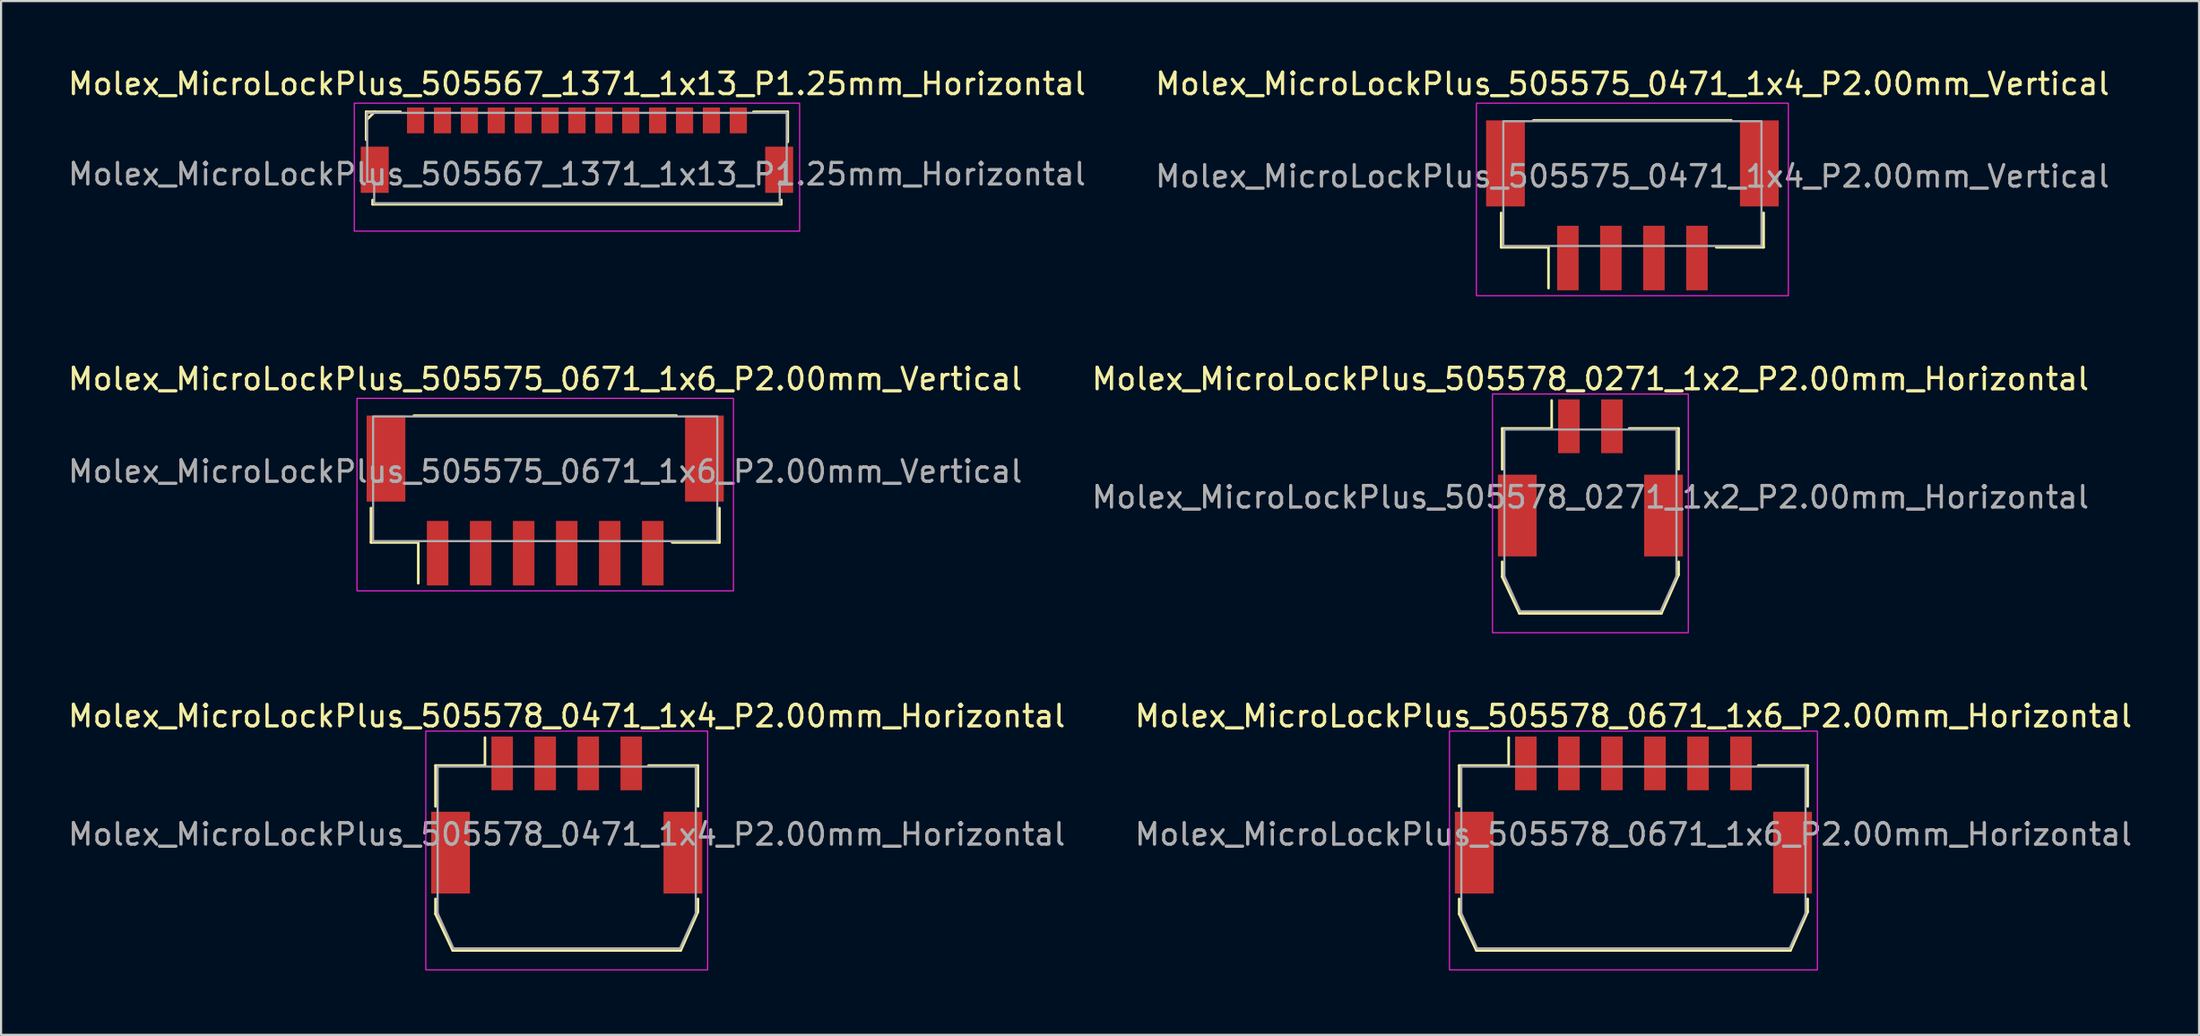
<source format=kicad_pcb>
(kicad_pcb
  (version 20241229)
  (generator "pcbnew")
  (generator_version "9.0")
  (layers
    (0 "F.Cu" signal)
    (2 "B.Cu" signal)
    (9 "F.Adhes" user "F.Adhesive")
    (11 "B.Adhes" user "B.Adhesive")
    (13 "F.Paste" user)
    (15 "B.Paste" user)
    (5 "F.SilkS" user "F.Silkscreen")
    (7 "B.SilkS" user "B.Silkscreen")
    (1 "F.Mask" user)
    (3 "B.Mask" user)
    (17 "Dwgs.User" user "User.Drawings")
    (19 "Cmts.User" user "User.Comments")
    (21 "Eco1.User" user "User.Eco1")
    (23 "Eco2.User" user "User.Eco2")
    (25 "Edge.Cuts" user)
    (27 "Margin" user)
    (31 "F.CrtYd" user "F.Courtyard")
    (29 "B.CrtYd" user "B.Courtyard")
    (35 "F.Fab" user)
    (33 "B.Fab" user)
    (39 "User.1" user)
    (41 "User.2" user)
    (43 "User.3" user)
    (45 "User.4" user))
  (footprint "Molex_MicroLockPlus_505578_0671_1x6_P2.00mm_Horizontal"
    (layer "F.Cu")
    (at 72.875 34.445)
    (property "Reference" "Molex_MicroLockPlus_505578_0671_1x6_P2.00mm_Horizontal" (at 0 -4.2 0) (unlocked yes) (layer "F.SilkS") (effects (font (size 1 1) (thickness 0.15))))
    (attr smd)
    (fp_line (start -8.1 -1.9) (end -8.1 0) (stroke (width 0.12) (type default)) (layer "F.SilkS"))
    (fp_line (start -8.1 4.3) (end -8.1 5) (stroke (width 0.12) (type default)) (layer "F.SilkS"))
    (fp_line (start -8.1 5) (end -7.3 6.7) (stroke (width 0.12) (type default)) (layer "F.SilkS"))
    (fp_line (start -7.3 6.7) (end 7.3 6.7) (stroke (width 0.12) (type default)) (layer "F.SilkS"))
    (fp_line (start -5.8 -3.2) (end -5.8 -1.9) (stroke (width 0.12) (type default)) (layer "F.SilkS"))
    (fp_line (start -5.8 -1.9) (end -8.1 -1.9) (stroke (width 0.12) (type default)) (layer "F.SilkS"))
    (fp_line (start 5.8 -1.9) (end 8.1 -1.9) (stroke (width 0.12) (type default)) (layer "F.SilkS"))
    (fp_line (start 7.3 6.7) (end 8.1 4.9) (stroke (width 0.12) (type default)) (layer "F.SilkS"))
    (fp_line (start 8.1 -1.9) (end 8.1 0) (stroke (width 0.12) (type default)) (layer "F.SilkS"))
    (fp_line (start 8.1 4.9) (end 8.1 4.3) (stroke (width 0.12) (type default)) (layer "F.SilkS"))
    (fp_rect (start -8.55 -3.5) (end 8.55 7.6) (stroke (width 0.05) (type default)) (fill no) (layer "F.CrtYd"))
    (fp_line (start -8 -1.85) (end -8 4.97) (stroke (width 0.1) (type default)) (layer "F.Fab"))
    (fp_line (start -8 -1.85) (end 8 -1.85) (stroke (width 0.1) (type default)) (layer "F.Fab"))
    (fp_line (start -8 4.97) (end -7.265 6.6) (stroke (width 0.1) (type default)) (layer "F.Fab"))
    (fp_line (start 7.265 6.6) (end -7.265 6.6) (stroke (width 0.1) (type default)) (layer "F.Fab"))
    (fp_line (start 8 -1.85) (end 8 4.97) (stroke (width 0.1) (type default)) (layer "F.Fab"))
    (fp_line (start 8 4.97) (end 7.265 6.6) (stroke (width 0.1) (type default)) (layer "F.Fab"))
    (fp_text user "${REFERENCE}" (at 0 1.3 0) (unlocked yes) (layer "F.Fab") (effects (font (size 1 1) (thickness 0.15))))
    (pad "1" smd rect (at -5 -2) (size 1 2.5) (layers "F.Cu" "F.Mask" "F.Paste"))
    (pad "2" smd rect (at -3 -2) (size 1 2.5) (layers "F.Cu" "F.Mask" "F.Paste"))
    (pad "3" smd rect (at -1 -2) (size 1 2.5) (layers "F.Cu" "F.Mask" "F.Paste"))
    (pad "4" smd rect (at 1 -2) (size 1 2.5) (layers "F.Cu" "F.Mask" "F.Paste"))
    (pad "5" smd rect (at 3 -2) (size 1 2.5) (layers "F.Cu" "F.Mask" "F.Paste"))
    (pad "6" smd rect (at 5 -2) (size 1 2.5) (layers "F.Cu" "F.Mask" "F.Paste"))
    (pad "MP" smd rect (at -7.4 2.15) (size 1.8 3.8) (layers "F.Cu" "F.Mask" "F.Paste"))
    (pad "MP" smd rect (at 7.4 2.15) (size 1.8 3.8) (layers "F.Cu" "F.Mask" "F.Paste")))
  (footprint "Molex_MicroLockPlus_505578_0271_1x2_P2.00mm_Horizontal"
    (layer "F.Cu")
    (at 70.875 18.771)
    (property "Reference" "Molex_MicroLockPlus_505578_0271_1x2_P2.00mm_Horizontal" (at 0 -4.2 0) (unlocked yes) (layer "F.SilkS") (effects (font (size 1 1) (thickness 0.15))))
    (attr smd)
    (fp_line (start -4.1 -1.9) (end -4.1 0) (stroke (width 0.12) (type default)) (layer "F.SilkS"))
    (fp_line (start -4.1 4.3) (end -4.1 5) (stroke (width 0.12) (type default)) (layer "F.SilkS"))
    (fp_line (start -4.1 5) (end -3.3 6.7) (stroke (width 0.12) (type default)) (layer "F.SilkS"))
    (fp_line (start -3.3 6.7) (end 3.3 6.7) (stroke (width 0.12) (type default)) (layer "F.SilkS"))
    (fp_line (start -1.8 -3.2) (end -1.8 -1.9) (stroke (width 0.12) (type default)) (layer "F.SilkS"))
    (fp_line (start -1.8 -1.9) (end -4.1 -1.9) (stroke (width 0.12) (type default)) (layer "F.SilkS"))
    (fp_line (start 1.8 -1.9) (end 4.1 -1.9) (stroke (width 0.12) (type default)) (layer "F.SilkS"))
    (fp_line (start 3.3 6.7) (end 4.1 4.9) (stroke (width 0.12) (type default)) (layer "F.SilkS"))
    (fp_line (start 4.1 -1.9) (end 4.1 0) (stroke (width 0.12) (type default)) (layer "F.SilkS"))
    (fp_line (start 4.1 4.9) (end 4.1 4.3) (stroke (width 0.12) (type default)) (layer "F.SilkS"))
    (fp_rect (start -4.55 -3.5) (end 4.55 7.6) (stroke (width 0.05) (type default)) (fill no) (layer "F.CrtYd"))
    (fp_line (start -4 -1.85) (end -4 4.97) (stroke (width 0.1) (type default)) (layer "F.Fab"))
    (fp_line (start -4 -1.85) (end 4 -1.85) (stroke (width 0.1) (type default)) (layer "F.Fab"))
    (fp_line (start -4 4.97) (end -3.265 6.6) (stroke (width 0.1) (type default)) (layer "F.Fab"))
    (fp_line (start 3.265 6.6) (end -3.265 6.6) (stroke (width 0.1) (type default)) (layer "F.Fab"))
    (fp_line (start 4 -1.85) (end 4 4.97) (stroke (width 0.1) (type default)) (layer "F.Fab"))
    (fp_line (start 4 4.97) (end 3.265 6.6) (stroke (width 0.1) (type default)) (layer "F.Fab"))
    (fp_text user "${REFERENCE}" (at 0 1.3 0) (unlocked yes) (layer "F.Fab") (effects (font (size 1 1) (thickness 0.15))))
    (pad "1" smd rect (at -1 -2) (size 1 2.5) (layers "F.Cu" "F.Mask" "F.Paste"))
    (pad "2" smd rect (at 1 -2) (size 1 2.5) (layers "F.Cu" "F.Mask" "F.Paste"))
    (pad "MP" smd rect (at -3.4 2.15) (size 1.8 3.8) (layers "F.Cu" "F.Mask" "F.Paste"))
    (pad "MP" smd rect (at 3.4 2.15) (size 1.8 3.8) (layers "F.Cu" "F.Mask" "F.Paste")))
  (footprint "Molex_MicroLockPlus_505567_1371_1x13_P1.25mm_Horizontal"
    (layer "F.Cu")
    (at 23.768 5.048)
    (property "Reference" "Molex_MicroLockPlus_505567_1371_1x13_P1.25mm_Horizontal" (at 0 -4.2 0) (unlocked yes) (layer "F.SilkS") (effects (font (size 1 1) (thickness 0.15))))
    (attr smd)
    (fp_line (start -9.8 -2.9) (end -8.2 -2.9) (stroke (width 0.12) (type default)) (layer "F.SilkS"))
    (fp_line (start -9.8 -2.5) (end -9.4 -2.9) (stroke (width 0.12) (type default)) (layer "F.SilkS"))
    (fp_line (start -9.8 -1.6) (end -9.8 -2.9) (stroke (width 0.12) (type default)) (layer "F.SilkS"))
    (fp_line (start -9.5 1.2) (end -9.5 1.4) (stroke (width 0.12) (type default)) (layer "F.SilkS"))
    (fp_line (start -9.5 1.4) (end 9.5 1.4) (stroke (width 0.12) (type default)) (layer "F.SilkS"))
    (fp_line (start 9.5 1.4) (end 9.5 1.2) (stroke (width 0.12) (type default)) (layer "F.SilkS"))
    (fp_line (start 9.8 -2.9) (end 8.2 -2.9) (stroke (width 0.12) (type default)) (layer "F.SilkS"))
    (fp_line (start 9.8 -1.5) (end 9.8 -2.9) (stroke (width 0.12) (type default)) (layer "F.SilkS"))
    (fp_rect (start -10.35 -3.3) (end 10.35 2.65) (stroke (width 0.05) (type default)) (fill no) (layer "F.CrtYd"))
    (fp_line (start -9.75 -2.85) (end -9.75 0.35) (stroke (width 0.1) (type default)) (layer "F.Fab"))
    (fp_line (start -9.75 -2.85) (end 9.75 -2.85) (stroke (width 0.1) (type default)) (layer "F.Fab"))
    (fp_line (start -9.425 0.35) (end -9.75 0.35) (stroke (width 0.1) (type default)) (layer "F.Fab"))
    (fp_line (start -9.425 1.35) (end -9.425 0.35) (stroke (width 0.1) (type default)) (layer "F.Fab"))
    (fp_line (start -9.425 1.35) (end 9.425 1.35) (stroke (width 0.1) (type default)) (layer "F.Fab"))
    (fp_line (start 9.425 0.35) (end 9.75 0.35) (stroke (width 0.1) (type default)) (layer "F.Fab"))
    (fp_line (start 9.425 1.35) (end 9.425 0.35) (stroke (width 0.1) (type default)) (layer "F.Fab"))
    (fp_line (start 9.75 -2.85) (end 9.75 0.35) (stroke (width 0.1) (type default)) (layer "F.Fab"))
    (fp_text user "${REFERENCE}" (at 0 0 0) (unlocked yes) (layer "F.Fab") (effects (font (size 1 1) (thickness 0.15))))
    (pad "1" smd rect (at -7.5 -2.5) (size 0.8 1.2) (layers "F.Cu" "F.Mask" "F.Paste"))
    (pad "2" smd rect (at -6.25 -2.5) (size 0.8 1.2) (layers "F.Cu" "F.Mask" "F.Paste"))
    (pad "3" smd rect (at -5 -2.5) (size 0.8 1.2) (layers "F.Cu" "F.Mask" "F.Paste"))
    (pad "4" smd rect (at -3.75 -2.5) (size 0.8 1.2) (layers "F.Cu" "F.Mask" "F.Paste"))
    (pad "5" smd rect (at -2.5 -2.5) (size 0.8 1.2) (layers "F.Cu" "F.Mask" "F.Paste"))
    (pad "6" smd rect (at -1.25 -2.5) (size 0.8 1.2) (layers "F.Cu" "F.Mask" "F.Paste"))
    (pad "7" smd rect (at 0 -2.5) (size 0.8 1.2) (layers "F.Cu" "F.Mask" "F.Paste"))
    (pad "8" smd rect (at 1.25 -2.5) (size 0.8 1.2) (layers "F.Cu" "F.Mask" "F.Paste"))
    (pad "9" smd rect (at 2.5 -2.5) (size 0.8 1.2) (layers "F.Cu" "F.Mask" "F.Paste"))
    (pad "10" smd rect (at 3.75 -2.5) (size 0.8 1.2) (layers "F.Cu" "F.Mask" "F.Paste"))
    (pad "11" smd rect (at 5 -2.5) (size 0.8 1.2) (layers "F.Cu" "F.Mask" "F.Paste"))
    (pad "12" smd rect (at 6.25 -2.5) (size 0.8 1.2) (layers "F.Cu" "F.Mask" "F.Paste"))
    (pad "13" smd rect (at 7.5 -2.5) (size 0.8 1.2) (layers "F.Cu" "F.Mask" "F.Paste"))
    (pad "MP" smd rect (at -9.4 -0.205) (size 1.3 2.15) (layers "F.Cu" "F.Mask" "F.Paste"))
    (pad "MP" smd rect (at 9.4 -0.205) (size 1.3 2.15) (layers "F.Cu" "F.Mask" "F.Paste")))
  (footprint "Molex_MicroLockPlus_505575_0471_1x4_P2.00mm_Vertical"
    (layer "F.Cu")
    (at 72.827 8.948)
    (property "Reference" "Molex_MicroLockPlus_505575_0471_1x4_P2.00mm_Vertical" (at 0 -8.1 0) (unlocked yes) (layer "F.SilkS") (effects (font (size 1 1) (thickness 0.15))))
    (attr smd)
    (fp_line (start -6.1 -2.1) (end -6.1 -0.5) (stroke (width 0.12) (type default)) (layer "F.SilkS"))
    (fp_line (start -6.1 -0.5) (end -3.9 -0.5) (stroke (width 0.12) (type default)) (layer "F.SilkS"))
    (fp_line (start -4.6 -6.4) (end 4.6 -6.4) (stroke (width 0.12) (type default)) (layer "F.SilkS"))
    (fp_line (start -3.9 -0.5) (end -3.9 1.4) (stroke (width 0.12) (type default)) (layer "F.SilkS"))
    (fp_line (start 6.1 -2.1) (end 6.1 -0.5) (stroke (width 0.12) (type default)) (layer "F.SilkS"))
    (fp_line (start 6.1 -0.5) (end 3.9 -0.5) (stroke (width 0.12) (type default)) (layer "F.SilkS"))
    (fp_rect (start -7.25 -7.2) (end 7.25 1.75) (stroke (width 0.05) (type default)) (fill no) (layer "F.CrtYd"))
    (fp_rect (start -6 -0.56) (end 6 -6.36) (stroke (width 0.1) (type default)) (fill no) (layer "F.Fab"))
    (fp_text user "${REFERENCE}" (at 0 -3.8 0) (unlocked yes) (layer "F.Fab") (effects (font (size 1 1) (thickness 0.15))))
    (pad "1" smd rect (at -3 0) (size 1 3) (layers "F.Cu" "F.Mask" "F.Paste"))
    (pad "2" smd rect (at -1 0) (size 1 3) (layers "F.Cu" "F.Mask" "F.Paste"))
    (pad "3" smd rect (at 1 0) (size 1 3) (layers "F.Cu" "F.Mask" "F.Paste"))
    (pad "4" smd rect (at 3 0) (size 1 3) (layers "F.Cu" "F.Mask" "F.Paste"))
    (pad "MP" smd rect (at -5.9 -4.4) (size 1.8 4) (layers "F.Cu" "F.Mask" "F.Paste"))
    (pad "MP" smd rect (at 5.9 -4.4) (size 1.8 4) (layers "F.Cu" "F.Mask" "F.Paste")))
  (footprint "Molex_MicroLockPlus_505575_0671_1x6_P2.00mm_Vertical"
    (layer "F.Cu")
    (at 22.292 22.672)
    (property "Reference" "Molex_MicroLockPlus_505575_0671_1x6_P2.00mm_Vertical" (at 0 -8.1 0) (unlocked yes) (layer "F.SilkS") (effects (font (size 1 1) (thickness 0.15))))
    (attr smd)
    (fp_line (start -8.1 -2.1) (end -8.1 -0.5) (stroke (width 0.12) (type default)) (layer "F.SilkS"))
    (fp_line (start -8.1 -0.5) (end -5.9 -0.5) (stroke (width 0.12) (type default)) (layer "F.SilkS"))
    (fp_line (start -6.1 -6.4) (end 6.1 -6.4) (stroke (width 0.12) (type default)) (layer "F.SilkS"))
    (fp_line (start -5.9 -0.5) (end -5.9 1.4) (stroke (width 0.12) (type default)) (layer "F.SilkS"))
    (fp_line (start 8.1 -2.1) (end 8.1 -0.5) (stroke (width 0.12) (type default)) (layer "F.SilkS"))
    (fp_line (start 8.1 -0.5) (end 5.9 -0.5) (stroke (width 0.12) (type default)) (layer "F.SilkS"))
    (fp_rect (start -8.75 -7.2) (end 8.75 1.75) (stroke (width 0.05) (type default)) (fill no) (layer "F.CrtYd"))
    (fp_rect (start -8 -0.56) (end 8 -6.36) (stroke (width 0.1) (type default)) (fill no) (layer "F.Fab"))
    (fp_text user "${REFERENCE}" (at 0 -3.8 0) (unlocked yes) (layer "F.Fab") (effects (font (size 1 1) (thickness 0.15))))
    (pad "1" smd rect (at -5 0) (size 1 3) (layers "F.Cu" "F.Mask" "F.Paste"))
    (pad "2" smd rect (at -3 0) (size 1 3) (layers "F.Cu" "F.Mask" "F.Paste"))
    (pad "3" smd rect (at -1 0) (size 1 3) (layers "F.Cu" "F.Mask" "F.Paste"))
    (pad "4" smd rect (at 1 0) (size 1 3) (layers "F.Cu" "F.Mask" "F.Paste"))
    (pad "5" smd rect (at 3 0) (size 1 3) (layers "F.Cu" "F.Mask" "F.Paste"))
    (pad "6" smd rect (at 5 0) (size 1 3) (layers "F.Cu" "F.Mask" "F.Paste"))
    (pad "MP" smd rect (at -7.4 -4.4) (size 1.8 4) (layers "F.Cu" "F.Mask" "F.Paste"))
    (pad "MP" smd rect (at 7.4 -4.4) (size 1.8 4) (layers "F.Cu" "F.Mask" "F.Paste")))
  (footprint "Molex_MicroLockPlus_505578_0471_1x4_P2.00mm_Horizontal"
    (layer "F.Cu")
    (at 23.292 34.445)
    (property "Reference" "Molex_MicroLockPlus_505578_0471_1x4_P2.00mm_Horizontal" (at 0 -4.2 0) (unlocked yes) (layer "F.SilkS") (effects (font (size 1 1) (thickness 0.15))))
    (attr smd)
    (fp_line (start -6.1 -1.9) (end -6.1 0) (stroke (width 0.12) (type default)) (layer "F.SilkS"))
    (fp_line (start -6.1 4.3) (end -6.1 5) (stroke (width 0.12) (type default)) (layer "F.SilkS"))
    (fp_line (start -6.1 5) (end -5.3 6.7) (stroke (width 0.12) (type default)) (layer "F.SilkS"))
    (fp_line (start -5.3 6.7) (end 5.3 6.7) (stroke (width 0.12) (type default)) (layer "F.SilkS"))
    (fp_line (start -3.8 -3.2) (end -3.8 -1.9) (stroke (width 0.12) (type default)) (layer "F.SilkS"))
    (fp_line (start -3.8 -1.9) (end -6.1 -1.9) (stroke (width 0.12) (type default)) (layer "F.SilkS"))
    (fp_line (start 3.8 -1.9) (end 6.1 -1.9) (stroke (width 0.12) (type default)) (layer "F.SilkS"))
    (fp_line (start 5.3 6.7) (end 6.1 4.9) (stroke (width 0.12) (type default)) (layer "F.SilkS"))
    (fp_line (start 6.1 -1.9) (end 6.1 0) (stroke (width 0.12) (type default)) (layer "F.SilkS"))
    (fp_line (start 6.1 4.9) (end 6.1 4.3) (stroke (width 0.12) (type default)) (layer "F.SilkS"))
    (fp_rect (start -6.55 -3.5) (end 6.55 7.6) (stroke (width 0.05) (type default)) (fill no) (layer "F.CrtYd"))
    (fp_line (start -6 -1.85) (end -6 4.97) (stroke (width 0.1) (type default)) (layer "F.Fab"))
    (fp_line (start -6 -1.85) (end 6 -1.85) (stroke (width 0.1) (type default)) (layer "F.Fab"))
    (fp_line (start -6 4.97) (end -5.265 6.6) (stroke (width 0.1) (type default)) (layer "F.Fab"))
    (fp_line (start 5.265 6.6) (end -5.265 6.6) (stroke (width 0.1) (type default)) (layer "F.Fab"))
    (fp_line (start 6 -1.85) (end 6 4.97) (stroke (width 0.1) (type default)) (layer "F.Fab"))
    (fp_line (start 6 4.97) (end 5.265 6.6) (stroke (width 0.1) (type default)) (layer "F.Fab"))
    (fp_text user "${REFERENCE}" (at 0 1.3 0) (unlocked yes) (layer "F.Fab") (effects (font (size 1 1) (thickness 0.15))))
    (pad "1" smd rect (at -3 -2) (size 1 2.5) (layers "F.Cu" "F.Mask" "F.Paste"))
    (pad "2" smd rect (at -1 -2) (size 1 2.5) (layers "F.Cu" "F.Mask" "F.Paste"))
    (pad "3" smd rect (at 1 -2) (size 1 2.5) (layers "F.Cu" "F.Mask" "F.Paste"))
    (pad "4" smd rect (at 3 -2) (size 1 2.5) (layers "F.Cu" "F.Mask" "F.Paste"))
    (pad "MP" smd rect (at -5.4 2.15) (size 1.8 3.8) (layers "F.Cu" "F.Mask" "F.Paste"))
    (pad "MP" smd rect (at 5.4 2.15) (size 1.8 3.8) (layers "F.Cu" "F.Mask" "F.Paste")))
  (gr_rect
    (start -3 -3)
    (end 99.167 45.07)
    (stroke (width 0.1) (type default))
    (fill no)
    (layer "Edge.Cuts")))
</source>
